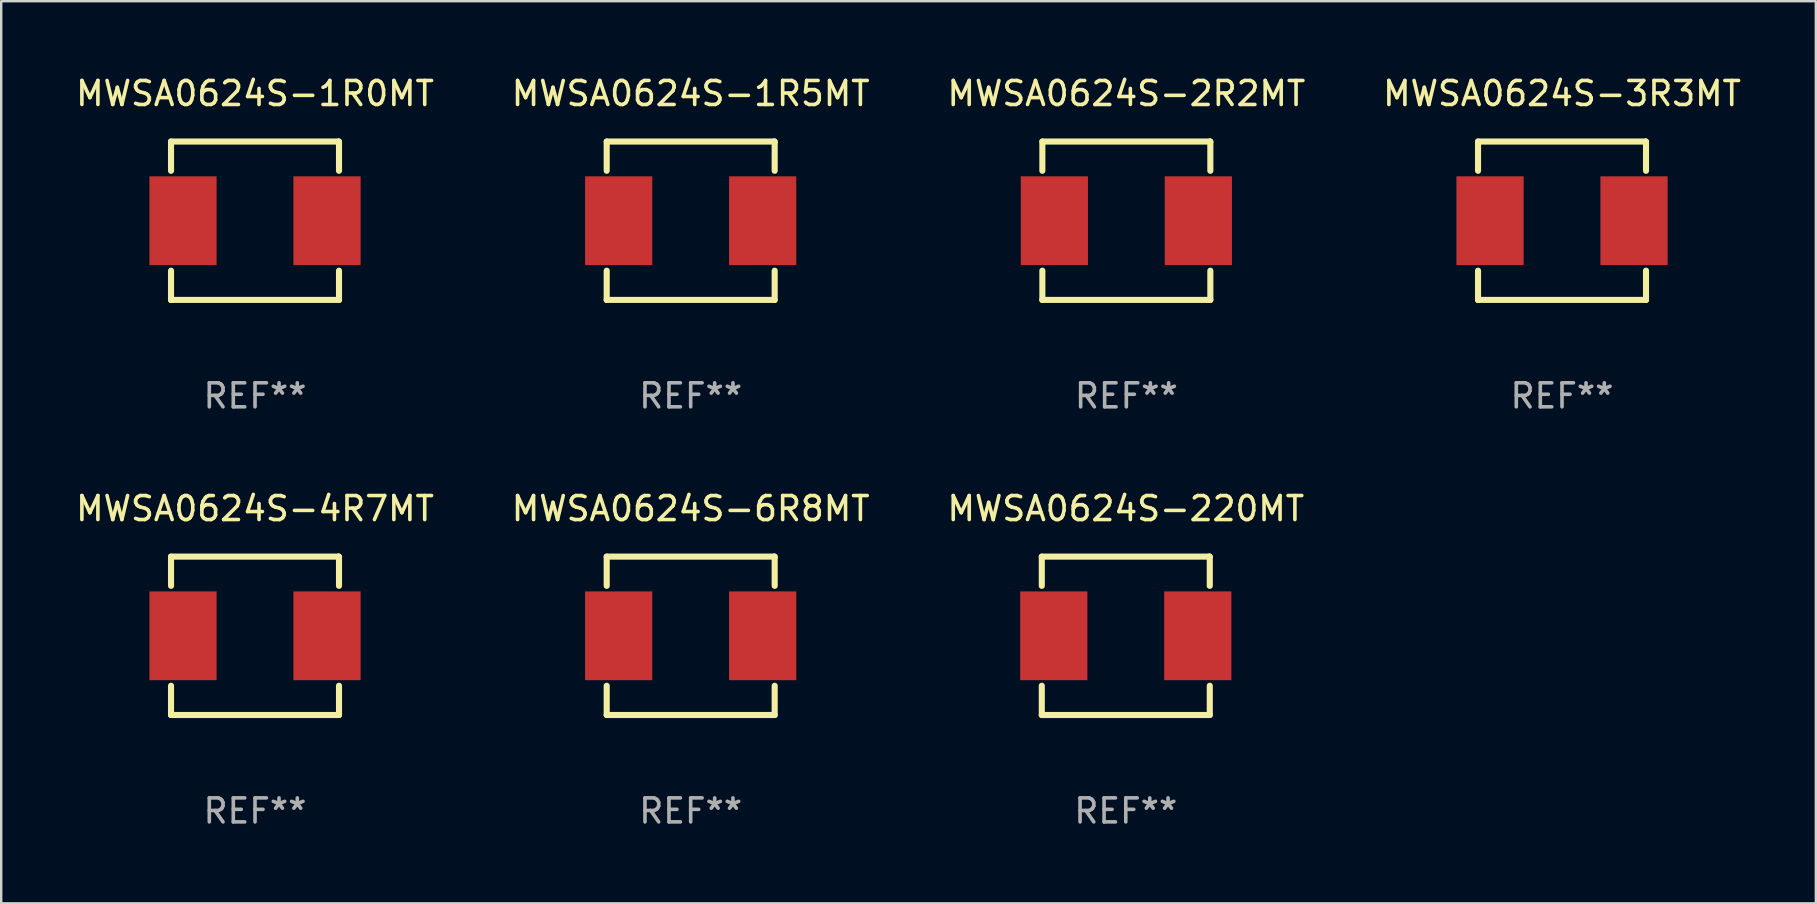
<source format=kicad_pcb>
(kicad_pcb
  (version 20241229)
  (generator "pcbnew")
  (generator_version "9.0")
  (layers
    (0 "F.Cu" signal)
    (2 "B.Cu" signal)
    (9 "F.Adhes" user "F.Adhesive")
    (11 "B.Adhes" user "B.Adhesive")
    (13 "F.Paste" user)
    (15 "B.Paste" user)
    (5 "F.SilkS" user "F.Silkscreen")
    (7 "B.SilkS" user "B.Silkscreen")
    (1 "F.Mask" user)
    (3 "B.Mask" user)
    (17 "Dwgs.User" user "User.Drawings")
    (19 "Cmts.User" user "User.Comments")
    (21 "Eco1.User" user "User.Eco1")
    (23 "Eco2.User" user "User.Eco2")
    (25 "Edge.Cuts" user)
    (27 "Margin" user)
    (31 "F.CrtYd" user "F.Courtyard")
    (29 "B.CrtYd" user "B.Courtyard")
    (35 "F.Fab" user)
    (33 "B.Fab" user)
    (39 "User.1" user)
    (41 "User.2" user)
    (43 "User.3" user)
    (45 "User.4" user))
  (footprint "MWSA0624S-4R7MT"
    (layer "F.Cu")
    (at 7.577 23.445)
    (property "Reference" "MWSA0624S-4R7MT" (at 0 -5.3 0) (layer "F.SilkS") (effects (font (size 1 1) (thickness 0.15))))
    (attr through_hole)
    (fp_line (start -3.5 -3.3) (end 3.48 -3.3) (stroke (width 0.254) (type solid)) (layer "F.SilkS"))
    (fp_line (start -3.5 -2.081) (end -3.5 -3.3) (stroke (width 0.254) (type solid)) (layer "F.SilkS"))
    (fp_line (start -3.5 3.3) (end -3.5 2.081) (stroke (width 0.254) (type solid)) (layer "F.SilkS"))
    (fp_line (start -3.49 3.3) (end -3.5 3.3) (stroke (width 0.254) (type solid)) (layer "F.SilkS"))
    (fp_line (start 3.48 -3.3) (end 3.5 -3.28) (stroke (width 0.254) (type solid)) (layer "F.SilkS"))
    (fp_line (start 3.5 -3.3) (end 3.5 -2.081) (stroke (width 0.254) (type solid)) (layer "F.SilkS"))
    (fp_line (start 3.5 2.081) (end 3.5 3.3) (stroke (width 0.254) (type solid)) (layer "F.SilkS"))
    (fp_line (start 3.5 3.3) (end -3.49 3.3) (stroke (width 0.254) (type solid)) (layer "F.SilkS"))
    (fp_circle (center -3.5 3.3) (end -3.47 3.3) (stroke (width 0.06) (type solid)) (fill no) (layer "F.SilkS"))
    (fp_text user "REF**" (at 0 7.3 0) (layer "F.Fab") (effects (font (size 1 1) (thickness 0.15))))
    (pad "1" smd rect (at -3 0) (size 2.8 3.7) (layers "F.Cu" "F.Mask" "F.Paste"))
    (pad "2" smd rect (at 3 0) (size 2.8 3.7) (layers "F.Cu" "F.Mask" "F.Paste")))
  (footprint "MWSA0624S-1R5MT"
    (layer "F.Cu")
    (at 25.732 6.148)
    (property "Reference" "MWSA0624S-1R5MT" (at 0 -5.3 0) (layer "F.SilkS") (effects (font (size 1 1) (thickness 0.15))))
    (attr through_hole)
    (fp_line (start -3.5 -3.3) (end 3.48 -3.3) (stroke (width 0.254) (type solid)) (layer "F.SilkS"))
    (fp_line (start -3.5 -2.081) (end -3.5 -3.3) (stroke (width 0.254) (type solid)) (layer "F.SilkS"))
    (fp_line (start -3.5 3.3) (end -3.5 2.081) (stroke (width 0.254) (type solid)) (layer "F.SilkS"))
    (fp_line (start -3.49 3.3) (end -3.5 3.3) (stroke (width 0.254) (type solid)) (layer "F.SilkS"))
    (fp_line (start 3.48 -3.3) (end 3.5 -3.28) (stroke (width 0.254) (type solid)) (layer "F.SilkS"))
    (fp_line (start 3.5 -3.3) (end 3.5 -2.081) (stroke (width 0.254) (type solid)) (layer "F.SilkS"))
    (fp_line (start 3.5 2.081) (end 3.5 3.3) (stroke (width 0.254) (type solid)) (layer "F.SilkS"))
    (fp_line (start 3.5 3.3) (end -3.49 3.3) (stroke (width 0.254) (type solid)) (layer "F.SilkS"))
    (fp_circle (center -3.5 3.3) (end -3.47 3.3) (stroke (width 0.06) (type solid)) (fill no) (layer "F.SilkS"))
    (fp_text user "REF**" (at 0 7.3 0) (layer "F.Fab") (effects (font (size 1 1) (thickness 0.15))))
    (pad "1" smd rect (at -3 0) (size 2.8 3.7) (layers "F.Cu" "F.Mask" "F.Paste"))
    (pad "2" smd rect (at 3 0) (size 2.8 3.7) (layers "F.Cu" "F.Mask" "F.Paste")))
  (footprint "MWSA0624S-1R0MT"
    (layer "F.Cu")
    (at 7.577 6.148)
    (property "Reference" "MWSA0624S-1R0MT" (at 0 -5.3 0) (layer "F.SilkS") (effects (font (size 1 1) (thickness 0.15))))
    (attr through_hole)
    (fp_line (start -3.5 -3.3) (end 3.48 -3.3) (stroke (width 0.254) (type solid)) (layer "F.SilkS"))
    (fp_line (start -3.5 -2.081) (end -3.5 -3.3) (stroke (width 0.254) (type solid)) (layer "F.SilkS"))
    (fp_line (start -3.5 3.3) (end -3.5 2.081) (stroke (width 0.254) (type solid)) (layer "F.SilkS"))
    (fp_line (start -3.49 3.3) (end -3.5 3.3) (stroke (width 0.254) (type solid)) (layer "F.SilkS"))
    (fp_line (start 3.48 -3.3) (end 3.5 -3.28) (stroke (width 0.254) (type solid)) (layer "F.SilkS"))
    (fp_line (start 3.5 -3.3) (end 3.5 -2.081) (stroke (width 0.254) (type solid)) (layer "F.SilkS"))
    (fp_line (start 3.5 2.081) (end 3.5 3.3) (stroke (width 0.254) (type solid)) (layer "F.SilkS"))
    (fp_line (start 3.5 3.3) (end -3.49 3.3) (stroke (width 0.254) (type solid)) (layer "F.SilkS"))
    (fp_circle (center -3.5 3.3) (end -3.47 3.3) (stroke (width 0.06) (type solid)) (fill no) (layer "F.SilkS"))
    (fp_text user "REF**" (at 0 7.3 0) (layer "F.Fab") (effects (font (size 1 1) (thickness 0.15))))
    (pad "1" smd rect (at -3 0) (size 2.8 3.7) (layers "F.Cu" "F.Mask" "F.Paste"))
    (pad "2" smd rect (at 3 0) (size 2.8 3.7) (layers "F.Cu" "F.Mask" "F.Paste")))
  (footprint "MWSA0624S-3R3MT"
    (layer "F.Cu")
    (at 62.042 6.148)
    (property "Reference" "MWSA0624S-3R3MT" (at 0 -5.3 0) (layer "F.SilkS") (effects (font (size 1 1) (thickness 0.15))))
    (attr through_hole)
    (fp_line (start -3.5 -3.3) (end 3.48 -3.3) (stroke (width 0.254) (type solid)) (layer "F.SilkS"))
    (fp_line (start -3.5 -2.081) (end -3.5 -3.3) (stroke (width 0.254) (type solid)) (layer "F.SilkS"))
    (fp_line (start -3.5 3.3) (end -3.5 2.081) (stroke (width 0.254) (type solid)) (layer "F.SilkS"))
    (fp_line (start -3.49 3.3) (end -3.5 3.3) (stroke (width 0.254) (type solid)) (layer "F.SilkS"))
    (fp_line (start 3.48 -3.3) (end 3.5 -3.28) (stroke (width 0.254) (type solid)) (layer "F.SilkS"))
    (fp_line (start 3.5 -3.3) (end 3.5 -2.081) (stroke (width 0.254) (type solid)) (layer "F.SilkS"))
    (fp_line (start 3.5 2.081) (end 3.5 3.3) (stroke (width 0.254) (type solid)) (layer "F.SilkS"))
    (fp_line (start 3.5 3.3) (end -3.49 3.3) (stroke (width 0.254) (type solid)) (layer "F.SilkS"))
    (fp_circle (center -3.5 3.3) (end -3.47 3.3) (stroke (width 0.06) (type solid)) (fill no) (layer "F.SilkS"))
    (fp_text user "REF**" (at 0 7.3 0) (layer "F.Fab") (effects (font (size 1 1) (thickness 0.15))))
    (pad "1" smd rect (at -3 0) (size 2.8 3.7) (layers "F.Cu" "F.Mask" "F.Paste"))
    (pad "2" smd rect (at 3 0) (size 2.8 3.7) (layers "F.Cu" "F.Mask" "F.Paste")))
  (footprint "MWSA0624S-220MT"
    (layer "F.Cu")
    (at 43.863 23.445)
    (property "Reference" "MWSA0624S-220MT" (at 0 -5.3 0) (layer "F.SilkS") (effects (font (size 1 1) (thickness 0.15))))
    (attr through_hole)
    (fp_line (start -3.5 -3.3) (end 3.48 -3.3) (stroke (width 0.254) (type solid)) (layer "F.SilkS"))
    (fp_line (start -3.5 -2.081) (end -3.5 -3.3) (stroke (width 0.254) (type solid)) (layer "F.SilkS"))
    (fp_line (start -3.5 3.3) (end -3.5 2.081) (stroke (width 0.254) (type solid)) (layer "F.SilkS"))
    (fp_line (start -3.49 3.3) (end -3.5 3.3) (stroke (width 0.254) (type solid)) (layer "F.SilkS"))
    (fp_line (start 3.48 -3.3) (end 3.5 -3.28) (stroke (width 0.254) (type solid)) (layer "F.SilkS"))
    (fp_line (start 3.5 -3.3) (end 3.5 -2.081) (stroke (width 0.254) (type solid)) (layer "F.SilkS"))
    (fp_line (start 3.5 2.081) (end 3.5 3.3) (stroke (width 0.254) (type solid)) (layer "F.SilkS"))
    (fp_line (start 3.5 3.3) (end -3.49 3.3) (stroke (width 0.254) (type solid)) (layer "F.SilkS"))
    (fp_circle (center -3.5 3.3) (end -3.47 3.3) (stroke (width 0.06) (type solid)) (fill no) (layer "F.SilkS"))
    (fp_text user "REF**" (at 0 7.3 0) (layer "F.Fab") (effects (font (size 1 1) (thickness 0.15))))
    (pad "1" smd rect (at -3 0) (size 2.8 3.7) (layers "F.Cu" "F.Mask" "F.Paste"))
    (pad "2" smd rect (at 3 0) (size 2.8 3.7) (layers "F.Cu" "F.Mask" "F.Paste")))
  (footprint "MWSA0624S-2R2MT"
    (layer "F.Cu")
    (at 43.887 6.148)
    (property "Reference" "MWSA0624S-2R2MT" (at 0 -5.3 0) (layer "F.SilkS") (effects (font (size 1 1) (thickness 0.15))))
    (attr through_hole)
    (fp_line (start -3.5 -3.3) (end 3.48 -3.3) (stroke (width 0.254) (type solid)) (layer "F.SilkS"))
    (fp_line (start -3.5 -2.081) (end -3.5 -3.3) (stroke (width 0.254) (type solid)) (layer "F.SilkS"))
    (fp_line (start -3.5 3.3) (end -3.5 2.081) (stroke (width 0.254) (type solid)) (layer "F.SilkS"))
    (fp_line (start -3.49 3.3) (end -3.5 3.3) (stroke (width 0.254) (type solid)) (layer "F.SilkS"))
    (fp_line (start 3.48 -3.3) (end 3.5 -3.28) (stroke (width 0.254) (type solid)) (layer "F.SilkS"))
    (fp_line (start 3.5 -3.3) (end 3.5 -2.081) (stroke (width 0.254) (type solid)) (layer "F.SilkS"))
    (fp_line (start 3.5 2.081) (end 3.5 3.3) (stroke (width 0.254) (type solid)) (layer "F.SilkS"))
    (fp_line (start 3.5 3.3) (end -3.49 3.3) (stroke (width 0.254) (type solid)) (layer "F.SilkS"))
    (fp_circle (center -3.5 3.3) (end -3.47 3.3) (stroke (width 0.06) (type solid)) (fill no) (layer "F.SilkS"))
    (fp_text user "REF**" (at 0 7.3 0) (layer "F.Fab") (effects (font (size 1 1) (thickness 0.15))))
    (pad "1" smd rect (at -3 0) (size 2.8 3.7) (layers "F.Cu" "F.Mask" "F.Paste"))
    (pad "2" smd rect (at 3 0) (size 2.8 3.7) (layers "F.Cu" "F.Mask" "F.Paste")))
  (footprint "MWSA0624S-6R8MT"
    (layer "F.Cu")
    (at 25.732 23.445)
    (property "Reference" "MWSA0624S-6R8MT" (at 0 -5.3 0) (layer "F.SilkS") (effects (font (size 1 1) (thickness 0.15))))
    (attr through_hole)
    (fp_line (start -3.5 -3.3) (end 3.48 -3.3) (stroke (width 0.254) (type solid)) (layer "F.SilkS"))
    (fp_line (start -3.5 -2.081) (end -3.5 -3.3) (stroke (width 0.254) (type solid)) (layer "F.SilkS"))
    (fp_line (start -3.5 3.3) (end -3.5 2.081) (stroke (width 0.254) (type solid)) (layer "F.SilkS"))
    (fp_line (start -3.49 3.3) (end -3.5 3.3) (stroke (width 0.254) (type solid)) (layer "F.SilkS"))
    (fp_line (start 3.48 -3.3) (end 3.5 -3.28) (stroke (width 0.254) (type solid)) (layer "F.SilkS"))
    (fp_line (start 3.5 -3.3) (end 3.5 -2.081) (stroke (width 0.254) (type solid)) (layer "F.SilkS"))
    (fp_line (start 3.5 2.081) (end 3.5 3.3) (stroke (width 0.254) (type solid)) (layer "F.SilkS"))
    (fp_line (start 3.5 3.3) (end -3.49 3.3) (stroke (width 0.254) (type solid)) (layer "F.SilkS"))
    (fp_circle (center -3.5 3.3) (end -3.47 3.3) (stroke (width 0.06) (type solid)) (fill no) (layer "F.SilkS"))
    (fp_text user "REF**" (at 0 7.3 0) (layer "F.Fab") (effects (font (size 1 1) (thickness 0.15))))
    (pad "1" smd rect (at -3 0) (size 2.8 3.7) (layers "F.Cu" "F.Mask" "F.Paste"))
    (pad "2" smd rect (at 3 0) (size 2.8 3.7) (layers "F.Cu" "F.Mask" "F.Paste")))
  (gr_rect
    (start -3 -3)
    (end 72.619 34.593)
    (stroke (width 0.1) (type default))
    (fill no)
    (layer "Edge.Cuts")))
</source>
